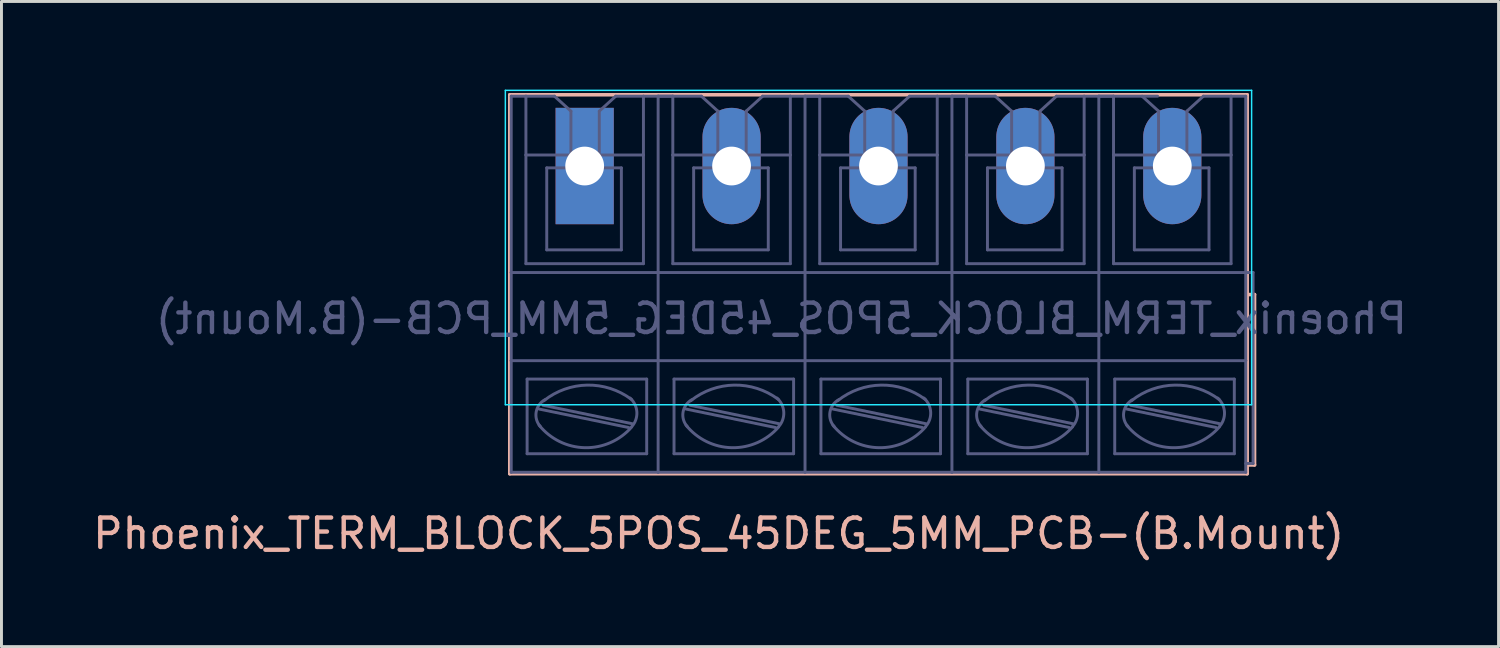
<source format=kicad_pcb>
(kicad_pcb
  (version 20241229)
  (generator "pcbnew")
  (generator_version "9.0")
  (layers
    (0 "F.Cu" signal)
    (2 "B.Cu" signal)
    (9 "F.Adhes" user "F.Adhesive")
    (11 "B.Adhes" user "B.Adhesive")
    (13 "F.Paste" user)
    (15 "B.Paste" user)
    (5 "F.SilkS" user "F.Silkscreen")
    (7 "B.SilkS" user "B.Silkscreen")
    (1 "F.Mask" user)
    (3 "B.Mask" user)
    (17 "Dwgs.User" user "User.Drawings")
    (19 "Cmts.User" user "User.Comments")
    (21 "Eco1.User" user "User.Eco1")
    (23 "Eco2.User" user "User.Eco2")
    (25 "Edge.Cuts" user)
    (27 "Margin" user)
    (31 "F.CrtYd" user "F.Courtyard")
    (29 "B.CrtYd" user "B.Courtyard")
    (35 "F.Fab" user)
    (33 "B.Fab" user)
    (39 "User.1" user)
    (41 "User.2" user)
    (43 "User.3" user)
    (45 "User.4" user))
  (footprint "Phoenix_TERM_BLOCK_5POS_45DEG_5MM_PCB-(B.Mount)"
    (layer "F.Cu")
    (at 16.85 2.489)
    (property "Reference" "Phoenix_TERM_BLOCK_5POS_45DEG_5MM_PCB-(B.Mount)" (at 4.561 12.621 0) (layer "B.SilkS") (effects (font (size 1 1) (thickness 0.15))))
    (attr through_hole)
    (fp_line (start -2.55 -2.314) (end -2.55 10.586) (stroke (width 0.12) (type solid)) (layer "B.SilkS"))
    (fp_line (start -2.55 10.586) (end 22.55 10.586) (stroke (width 0.12) (type solid)) (layer "B.SilkS"))
    (fp_line (start 22.55 -2.314) (end -2.55 -2.314) (stroke (width 0.12) (type solid)) (layer "B.SilkS"))
    (fp_line (start 22.55 4.486) (end 22.55 -2.314) (stroke (width 0.12) (type solid)) (layer "B.SilkS"))
    (fp_line (start 22.55 10.286) (end 22.55 4.486) (stroke (width 0.12) (type solid)) (layer "B.SilkS"))
    (fp_line (start 22.55 10.286) (end 22.8 10.286) (stroke (width 0.12) (type solid)) (layer "B.SilkS"))
    (fp_line (start 22.55 10.586) (end 22.55 10.286) (stroke (width 0.12) (type solid)) (layer "B.SilkS"))
    (fp_line (start 22.8 4.486) (end 22.55 4.486) (stroke (width 0.12) (type solid)) (layer "B.SilkS"))
    (fp_line (start 22.8 10.286) (end 22.8 4.486) (stroke (width 0.12) (type solid)) (layer "B.SilkS"))
    (fp_line (start -2.7 8.236) (end -2.7 -2.464) (stroke (width 0.05) (type solid)) (layer "B.CrtYd"))
    (fp_line (start -2.7 8.236) (end 22.7 8.236) (stroke (width 0.05) (type solid)) (layer "B.CrtYd"))
    (fp_line (start 22.7 -2.464) (end -2.7 -2.464) (stroke (width 0.05) (type solid)) (layer "B.CrtYd"))
    (fp_line (start 22.7 -2.464) (end 22.7 8.236) (stroke (width 0.05) (type solid)) (layer "B.CrtYd"))
    (fp_line (start -2.5 -2.264) (end -2.5 3.736) (stroke (width 0.1) (type solid)) (layer "B.Fab"))
    (fp_line (start -2.5 -2.264) (end -2 -2.264) (stroke (width 0.1) (type solid)) (layer "B.Fab"))
    (fp_line (start -2.5 3.736) (end -2.5 6.736) (stroke (width 0.1) (type solid)) (layer "B.Fab"))
    (fp_line (start -2.5 6.736) (end -2.5 10.536) (stroke (width 0.1) (type solid)) (layer "B.Fab"))
    (fp_line (start -2 -2.264) (end -1.027 -2.264) (stroke (width 0.1) (type solid)) (layer "B.Fab"))
    (fp_line (start -2 -0.264) (end -2 -2.264) (stroke (width 0.1) (type solid)) (layer "B.Fab"))
    (fp_line (start -2 3.436) (end -2 -0.264) (stroke (width 0.1) (type solid)) (layer "B.Fab"))
    (fp_line (start -1.959 7.364) (end -1.959 9.904) (stroke (width 0.1) (type solid)) (layer "B.Fab"))
    (fp_line (start -1.549 8.384) (end 1.501 9.014) (stroke (width 0.1) (type solid)) (layer "B.Fab"))
    (fp_line (start -1.419 8.254) (end 1.621 8.884) (stroke (width 0.1) (type solid)) (layer "B.Fab"))
    (fp_line (start -1.291 0.175) (end -1.291 2.965) (stroke (width 0.1) (type solid)) (layer "B.Fab"))
    (fp_line (start -1.291 0.175) (end 1.249 0.175) (stroke (width 0.1) (type solid)) (layer "B.Fab"))
    (fp_line (start -1.291 2.965) (end 1.249 2.965) (stroke (width 0.1) (type solid)) (layer "B.Fab"))
    (fp_line (start -1.027 -2.264) (end -0.468 -1.756) (stroke (width 0.1) (type solid)) (layer "B.Fab"))
    (fp_line (start -0.468 -1.756) (end -0.468 -0.282) (stroke (width 0.1) (type solid)) (layer "B.Fab"))
    (fp_line (start 0.497 -1.756) (end 0.497 -0.282) (stroke (width 0.1) (type solid)) (layer "B.Fab"))
    (fp_line (start 1.056 -2.264) (end 0.497 -1.756) (stroke (width 0.1) (type solid)) (layer "B.Fab"))
    (fp_line (start 1.249 0.175) (end 1.249 2.965) (stroke (width 0.1) (type solid)) (layer "B.Fab"))
    (fp_line (start 2 -2.264) (end 1.056 -2.264) (stroke (width 0.1) (type solid)) (layer "B.Fab"))
    (fp_line (start 2 -2.264) (end 2 -0.264) (stroke (width 0.1) (type solid)) (layer "B.Fab"))
    (fp_line (start 2 -2.264) (end 2.5 -2.264) (stroke (width 0.1) (type solid)) (layer "B.Fab"))
    (fp_line (start 2 -0.264) (end -2 -0.264) (stroke (width 0.1) (type solid)) (layer "B.Fab"))
    (fp_line (start 2 -0.264) (end 2 3.436) (stroke (width 0.1) (type solid)) (layer "B.Fab"))
    (fp_line (start 2 3.436) (end -2 3.436) (stroke (width 0.1) (type solid)) (layer "B.Fab"))
    (fp_line (start 2.111 7.364) (end -1.959 7.364) (stroke (width 0.1) (type solid)) (layer "B.Fab"))
    (fp_line (start 2.111 7.364) (end 2.111 9.904) (stroke (width 0.1) (type solid)) (layer "B.Fab"))
    (fp_line (start 2.111 9.904) (end -1.959 9.904) (stroke (width 0.1) (type solid)) (layer "B.Fab"))
    (fp_line (start 2.5 -2.264) (end 2.5 3.736) (stroke (width 0.1) (type solid)) (layer "B.Fab"))
    (fp_line (start 2.5 -2.264) (end 3 -2.264) (stroke (width 0.1) (type solid)) (layer "B.Fab"))
    (fp_line (start 2.5 -2.264) (end 3 -2.264) (stroke (width 0.1) (type solid)) (layer "B.Fab"))
    (fp_line (start 2.5 3.736) (end -2.5 3.736) (stroke (width 0.1) (type solid)) (layer "B.Fab"))
    (fp_line (start 2.5 3.736) (end 2.5 6.736) (stroke (width 0.1) (type solid)) (layer "B.Fab"))
    (fp_line (start 2.5 6.736) (end -2.5 6.736) (stroke (width 0.1) (type solid)) (layer "B.Fab"))
    (fp_line (start 2.5 6.736) (end 2.5 10.536) (stroke (width 0.1) (type solid)) (layer "B.Fab"))
    (fp_line (start 2.5 10.536) (end -2.5 10.536) (stroke (width 0.1) (type solid)) (layer "B.Fab"))
    (fp_line (start 3 -2.264) (end 3.973 -2.264) (stroke (width 0.1) (type solid)) (layer "B.Fab"))
    (fp_line (start 3 -0.264) (end 3 -2.264) (stroke (width 0.1) (type solid)) (layer "B.Fab"))
    (fp_line (start 3 3.436) (end 3 -0.264) (stroke (width 0.1) (type solid)) (layer "B.Fab"))
    (fp_line (start 3.041 7.364) (end 3.041 9.904) (stroke (width 0.1) (type solid)) (layer "B.Fab"))
    (fp_line (start 3.451 8.384) (end 6.501 9.014) (stroke (width 0.1) (type solid)) (layer "B.Fab"))
    (fp_line (start 3.581 8.254) (end 6.621 8.884) (stroke (width 0.1) (type solid)) (layer "B.Fab"))
    (fp_line (start 3.709 0.175) (end 3.709 2.965) (stroke (width 0.1) (type solid)) (layer "B.Fab"))
    (fp_line (start 3.709 0.175) (end 6.249 0.175) (stroke (width 0.1) (type solid)) (layer "B.Fab"))
    (fp_line (start 3.709 2.965) (end 6.249 2.965) (stroke (width 0.1) (type solid)) (layer "B.Fab"))
    (fp_line (start 3.973 -2.264) (end 4.532 -1.756) (stroke (width 0.1) (type solid)) (layer "B.Fab"))
    (fp_line (start 4.532 -1.756) (end 4.532 -0.282) (stroke (width 0.1) (type solid)) (layer "B.Fab"))
    (fp_line (start 5.497 -1.756) (end 5.497 -0.282) (stroke (width 0.1) (type solid)) (layer "B.Fab"))
    (fp_line (start 6.056 -2.264) (end 5.497 -1.756) (stroke (width 0.1) (type solid)) (layer "B.Fab"))
    (fp_line (start 6.249 0.175) (end 6.249 2.965) (stroke (width 0.1) (type solid)) (layer "B.Fab"))
    (fp_line (start 7 -2.264) (end 6.056 -2.264) (stroke (width 0.1) (type solid)) (layer "B.Fab"))
    (fp_line (start 7 -2.264) (end 7 -0.264) (stroke (width 0.1) (type solid)) (layer "B.Fab"))
    (fp_line (start 7 -2.264) (end 7.5 -2.264) (stroke (width 0.1) (type solid)) (layer "B.Fab"))
    (fp_line (start 7 -0.264) (end 3 -0.264) (stroke (width 0.1) (type solid)) (layer "B.Fab"))
    (fp_line (start 7 -0.264) (end 7 3.436) (stroke (width 0.1) (type solid)) (layer "B.Fab"))
    (fp_line (start 7 3.436) (end 3 3.436) (stroke (width 0.1) (type solid)) (layer "B.Fab"))
    (fp_line (start 7.111 7.364) (end 3.041 7.364) (stroke (width 0.1) (type solid)) (layer "B.Fab"))
    (fp_line (start 7.111 7.364) (end 7.111 9.904) (stroke (width 0.1) (type solid)) (layer "B.Fab"))
    (fp_line (start 7.111 9.904) (end 3.041 9.904) (stroke (width 0.1) (type solid)) (layer "B.Fab"))
    (fp_line (start 7.5 -2.264) (end 7.5 3.736) (stroke (width 0.1) (type solid)) (layer "B.Fab"))
    (fp_line (start 7.5 -2.264) (end 8 -2.264) (stroke (width 0.1) (type solid)) (layer "B.Fab"))
    (fp_line (start 7.5 -2.264) (end 8 -2.264) (stroke (width 0.1) (type solid)) (layer "B.Fab"))
    (fp_line (start 7.5 3.736) (end 2.5 3.736) (stroke (width 0.1) (type solid)) (layer "B.Fab"))
    (fp_line (start 7.5 3.736) (end 7.5 6.736) (stroke (width 0.1) (type solid)) (layer "B.Fab"))
    (fp_line (start 7.5 6.736) (end 2.5 6.736) (stroke (width 0.1) (type solid)) (layer "B.Fab"))
    (fp_line (start 7.5 6.736) (end 7.5 10.536) (stroke (width 0.1) (type solid)) (layer "B.Fab"))
    (fp_line (start 7.5 10.536) (end 2.5 10.536) (stroke (width 0.1) (type solid)) (layer "B.Fab"))
    (fp_line (start 8 -2.264) (end 8.973 -2.264) (stroke (width 0.1) (type solid)) (layer "B.Fab"))
    (fp_line (start 8 -0.264) (end 8 -2.264) (stroke (width 0.1) (type solid)) (layer "B.Fab"))
    (fp_line (start 8 3.436) (end 8 -0.264) (stroke (width 0.1) (type solid)) (layer "B.Fab"))
    (fp_line (start 8.041 7.364) (end 8.041 9.904) (stroke (width 0.1) (type solid)) (layer "B.Fab"))
    (fp_line (start 8.451 8.384) (end 11.501 9.014) (stroke (width 0.1) (type solid)) (layer "B.Fab"))
    (fp_line (start 8.581 8.254) (end 11.621 8.884) (stroke (width 0.1) (type solid)) (layer "B.Fab"))
    (fp_line (start 8.709 0.175) (end 8.709 2.965) (stroke (width 0.1) (type solid)) (layer "B.Fab"))
    (fp_line (start 8.709 0.175) (end 11.249 0.175) (stroke (width 0.1) (type solid)) (layer "B.Fab"))
    (fp_line (start 8.709 2.965) (end 11.249 2.965) (stroke (width 0.1) (type solid)) (layer "B.Fab"))
    (fp_line (start 8.973 -2.264) (end 9.532 -1.756) (stroke (width 0.1) (type solid)) (layer "B.Fab"))
    (fp_line (start 9.532 -1.756) (end 9.532 -0.282) (stroke (width 0.1) (type solid)) (layer "B.Fab"))
    (fp_line (start 10.497 -1.756) (end 10.497 -0.282) (stroke (width 0.1) (type solid)) (layer "B.Fab"))
    (fp_line (start 11.056 -2.264) (end 10.497 -1.756) (stroke (width 0.1) (type solid)) (layer "B.Fab"))
    (fp_line (start 11.249 0.175) (end 11.249 2.965) (stroke (width 0.1) (type solid)) (layer "B.Fab"))
    (fp_line (start 12 -2.264) (end 11.056 -2.264) (stroke (width 0.1) (type solid)) (layer "B.Fab"))
    (fp_line (start 12 -2.264) (end 12 -0.264) (stroke (width 0.1) (type solid)) (layer "B.Fab"))
    (fp_line (start 12 -2.264) (end 12.5 -2.264) (stroke (width 0.1) (type solid)) (layer "B.Fab"))
    (fp_line (start 12 -0.264) (end 8 -0.264) (stroke (width 0.1) (type solid)) (layer "B.Fab"))
    (fp_line (start 12 -0.264) (end 12 3.436) (stroke (width 0.1) (type solid)) (layer "B.Fab"))
    (fp_line (start 12 3.436) (end 8 3.436) (stroke (width 0.1) (type solid)) (layer "B.Fab"))
    (fp_line (start 12.111 7.364) (end 8.041 7.364) (stroke (width 0.1) (type solid)) (layer "B.Fab"))
    (fp_line (start 12.111 7.364) (end 12.111 9.904) (stroke (width 0.1) (type solid)) (layer "B.Fab"))
    (fp_line (start 12.111 9.904) (end 8.041 9.904) (stroke (width 0.1) (type solid)) (layer "B.Fab"))
    (fp_line (start 12.5 -2.264) (end 12.5 3.736) (stroke (width 0.1) (type solid)) (layer "B.Fab"))
    (fp_line (start 12.5 -2.264) (end 13 -2.264) (stroke (width 0.1) (type solid)) (layer "B.Fab"))
    (fp_line (start 12.5 -2.264) (end 13 -2.264) (stroke (width 0.1) (type solid)) (layer "B.Fab"))
    (fp_line (start 12.5 3.736) (end 7.5 3.736) (stroke (width 0.1) (type solid)) (layer "B.Fab"))
    (fp_line (start 12.5 3.736) (end 12.5 6.736) (stroke (width 0.1) (type solid)) (layer "B.Fab"))
    (fp_line (start 12.5 6.736) (end 7.5 6.736) (stroke (width 0.1) (type solid)) (layer "B.Fab"))
    (fp_line (start 12.5 6.736) (end 12.5 10.536) (stroke (width 0.1) (type solid)) (layer "B.Fab"))
    (fp_line (start 12.5 10.536) (end 7.5 10.536) (stroke (width 0.1) (type solid)) (layer "B.Fab"))
    (fp_line (start 13 -2.264) (end 13.973 -2.264) (stroke (width 0.1) (type solid)) (layer "B.Fab"))
    (fp_line (start 13 -0.264) (end 13 -2.264) (stroke (width 0.1) (type solid)) (layer "B.Fab"))
    (fp_line (start 13 3.436) (end 13 -0.264) (stroke (width 0.1) (type solid)) (layer "B.Fab"))
    (fp_line (start 13.041 7.364) (end 13.041 9.904) (stroke (width 0.1) (type solid)) (layer "B.Fab"))
    (fp_line (start 13.451 8.384) (end 16.501 9.014) (stroke (width 0.1) (type solid)) (layer "B.Fab"))
    (fp_line (start 13.581 8.254) (end 16.621 8.884) (stroke (width 0.1) (type solid)) (layer "B.Fab"))
    (fp_line (start 13.709 0.175) (end 13.709 2.965) (stroke (width 0.1) (type solid)) (layer "B.Fab"))
    (fp_line (start 13.709 0.175) (end 16.249 0.175) (stroke (width 0.1) (type solid)) (layer "B.Fab"))
    (fp_line (start 13.709 2.965) (end 16.249 2.965) (stroke (width 0.1) (type solid)) (layer "B.Fab"))
    (fp_line (start 13.973 -2.264) (end 14.532 -1.756) (stroke (width 0.1) (type solid)) (layer "B.Fab"))
    (fp_line (start 14.532 -1.756) (end 14.532 -0.282) (stroke (width 0.1) (type solid)) (layer "B.Fab"))
    (fp_line (start 15.497 -1.756) (end 15.497 -0.282) (stroke (width 0.1) (type solid)) (layer "B.Fab"))
    (fp_line (start 16.056 -2.264) (end 15.497 -1.756) (stroke (width 0.1) (type solid)) (layer "B.Fab"))
    (fp_line (start 16.249 0.175) (end 16.249 2.965) (stroke (width 0.1) (type solid)) (layer "B.Fab"))
    (fp_line (start 17 -2.264) (end 16.056 -2.264) (stroke (width 0.1) (type solid)) (layer "B.Fab"))
    (fp_line (start 17 -2.264) (end 17 -0.264) (stroke (width 0.1) (type solid)) (layer "B.Fab"))
    (fp_line (start 17 -2.264) (end 17.5 -2.264) (stroke (width 0.1) (type solid)) (layer "B.Fab"))
    (fp_line (start 17 -0.264) (end 13 -0.264) (stroke (width 0.1) (type solid)) (layer "B.Fab"))
    (fp_line (start 17 -0.264) (end 17 3.436) (stroke (width 0.1) (type solid)) (layer "B.Fab"))
    (fp_line (start 17 3.436) (end 13 3.436) (stroke (width 0.1) (type solid)) (layer "B.Fab"))
    (fp_line (start 17.111 7.364) (end 13.041 7.364) (stroke (width 0.1) (type solid)) (layer "B.Fab"))
    (fp_line (start 17.111 7.364) (end 17.111 9.904) (stroke (width 0.1) (type solid)) (layer "B.Fab"))
    (fp_line (start 17.111 9.904) (end 13.041 9.904) (stroke (width 0.1) (type solid)) (layer "B.Fab"))
    (fp_line (start 17.5 -2.264) (end 17.5 3.736) (stroke (width 0.1) (type solid)) (layer "B.Fab"))
    (fp_line (start 17.5 -2.264) (end 18 -2.264) (stroke (width 0.1) (type solid)) (layer "B.Fab"))
    (fp_line (start 17.5 -2.264) (end 18 -2.264) (stroke (width 0.1) (type solid)) (layer "B.Fab"))
    (fp_line (start 17.5 3.736) (end 12.5 3.736) (stroke (width 0.1) (type solid)) (layer "B.Fab"))
    (fp_line (start 17.5 3.736) (end 17.5 6.736) (stroke (width 0.1) (type solid)) (layer "B.Fab"))
    (fp_line (start 17.5 6.736) (end 12.5 6.736) (stroke (width 0.1) (type solid)) (layer "B.Fab"))
    (fp_line (start 17.5 6.736) (end 17.5 10.536) (stroke (width 0.1) (type solid)) (layer "B.Fab"))
    (fp_line (start 17.5 10.536) (end 12.5 10.536) (stroke (width 0.1) (type solid)) (layer "B.Fab"))
    (fp_line (start 18 -2.264) (end 18.973 -2.264) (stroke (width 0.1) (type solid)) (layer "B.Fab"))
    (fp_line (start 18 -0.264) (end 18 -2.264) (stroke (width 0.1) (type solid)) (layer "B.Fab"))
    (fp_line (start 18 3.436) (end 18 -0.264) (stroke (width 0.1) (type solid)) (layer "B.Fab"))
    (fp_line (start 18.041 7.364) (end 18.041 9.904) (stroke (width 0.1) (type solid)) (layer "B.Fab"))
    (fp_line (start 18.451 8.384) (end 21.501 9.014) (stroke (width 0.1) (type solid)) (layer "B.Fab"))
    (fp_line (start 18.581 8.254) (end 21.621 8.884) (stroke (width 0.1) (type solid)) (layer "B.Fab"))
    (fp_line (start 18.709 0.175) (end 18.709 2.965) (stroke (width 0.1) (type solid)) (layer "B.Fab"))
    (fp_line (start 18.709 0.175) (end 21.249 0.175) (stroke (width 0.1) (type solid)) (layer "B.Fab"))
    (fp_line (start 18.709 2.965) (end 21.249 2.965) (stroke (width 0.1) (type solid)) (layer "B.Fab"))
    (fp_line (start 18.973 -2.264) (end 19.532 -1.756) (stroke (width 0.1) (type solid)) (layer "B.Fab"))
    (fp_line (start 19 -2.264) (end 19.5 -2.264) (stroke (width 0.1) (type solid)) (layer "B.Fab"))
    (fp_line (start 19.532 -1.756) (end 19.532 -0.282) (stroke (width 0.1) (type solid)) (layer "B.Fab"))
    (fp_line (start 20.497 -1.756) (end 20.497 -0.282) (stroke (width 0.1) (type solid)) (layer "B.Fab"))
    (fp_line (start 21.056 -2.264) (end 20.497 -1.756) (stroke (width 0.1) (type solid)) (layer "B.Fab"))
    (fp_line (start 21.249 0.175) (end 21.249 2.965) (stroke (width 0.1) (type solid)) (layer "B.Fab"))
    (fp_line (start 22 -2.264) (end 21.056 -2.264) (stroke (width 0.1) (type solid)) (layer "B.Fab"))
    (fp_line (start 22 -2.264) (end 22 -0.264) (stroke (width 0.1) (type solid)) (layer "B.Fab"))
    (fp_line (start 22 -2.264) (end 22.5 -2.264) (stroke (width 0.1) (type solid)) (layer "B.Fab"))
    (fp_line (start 22 -0.264) (end 18 -0.264) (stroke (width 0.1) (type solid)) (layer "B.Fab"))
    (fp_line (start 22 -0.264) (end 22 3.436) (stroke (width 0.1) (type solid)) (layer "B.Fab"))
    (fp_line (start 22 3.436) (end 18 3.436) (stroke (width 0.1) (type solid)) (layer "B.Fab"))
    (fp_line (start 22.111 7.364) (end 18.041 7.364) (stroke (width 0.1) (type solid)) (layer "B.Fab"))
    (fp_line (start 22.111 7.364) (end 22.111 9.904) (stroke (width 0.1) (type solid)) (layer "B.Fab"))
    (fp_line (start 22.111 9.904) (end 18.041 9.904) (stroke (width 0.1) (type solid)) (layer "B.Fab"))
    (fp_line (start 22.5 3.736) (end 17.5 3.736) (stroke (width 0.1) (type solid)) (layer "B.Fab"))
    (fp_line (start 22.5 3.736) (end 22.5 -2.264) (stroke (width 0.1) (type solid)) (layer "B.Fab"))
    (fp_line (start 22.5 3.736) (end 22.5 6.736) (stroke (width 0.1) (type solid)) (layer "B.Fab"))
    (fp_line (start 22.5 6.736) (end 17.5 6.736) (stroke (width 0.1) (type solid)) (layer "B.Fab"))
    (fp_line (start 22.5 6.736) (end 22.5 10.536) (stroke (width 0.1) (type solid)) (layer "B.Fab"))
    (fp_line (start 22.5 10.536) (end 17.5 10.536) (stroke (width 0.1) (type solid)) (layer "B.Fab"))
    (fp_line (start 22.75 3.736) (end 22.5 3.736) (stroke (width 0.1) (type solid)) (layer "B.Fab"))
    (fp_line (start 22.75 10.236) (end 22.5 10.236) (stroke (width 0.1) (type solid)) (layer "B.Fab"))
    (fp_line (start 22.75 10.236) (end 22.75 3.736) (stroke (width 0.1) (type solid)) (layer "B.Fab"))
    (fp_arc (start -1.504626 8.983005) (mid -1.651524 8.485515) (end -1.3492 8.064) (stroke (width 0.1) (type solid)) (layer "B.Fab"))
    (fp_arc (start -1.391533 8.102263) (mid 0.091383 7.568318) (end 1.5908 8.054) (stroke (width 0.1) (type solid)) (layer "B.Fab"))
    (fp_arc (start 1.546332 8.010005) (mid 1.776533 8.485652) (end 1.6008 8.984) (stroke (width 0.1) (type solid)) (layer "B.Fab"))
    (fp_arc (start 1.599039 8.995686) (mid 0.010537 9.698867) (end -1.5492 8.934) (stroke (width 0.1) (type solid)) (layer "B.Fab"))
    (fp_arc (start 3.495374 8.983005) (mid 3.348476 8.485515) (end 3.6508 8.064) (stroke (width 0.1) (type solid)) (layer "B.Fab"))
    (fp_arc (start 3.608467 8.102263) (mid 5.091383 7.568318) (end 6.5908 8.054) (stroke (width 0.1) (type solid)) (layer "B.Fab"))
    (fp_arc (start 6.546332 8.010005) (mid 6.776533 8.485652) (end 6.6008 8.984) (stroke (width 0.1) (type solid)) (layer "B.Fab"))
    (fp_arc (start 6.599039 8.995686) (mid 5.010537 9.698867) (end 3.4508 8.934) (stroke (width 0.1) (type solid)) (layer "B.Fab"))
    (fp_arc (start 8.495374 8.983005) (mid 8.348476 8.485515) (end 8.6508 8.064) (stroke (width 0.1) (type solid)) (layer "B.Fab"))
    (fp_arc (start 8.608467 8.102263) (mid 10.091383 7.568318) (end 11.5908 8.054) (stroke (width 0.1) (type solid)) (layer "B.Fab"))
    (fp_arc (start 11.546332 8.010005) (mid 11.776533 8.485652) (end 11.6008 8.984) (stroke (width 0.1) (type solid)) (layer "B.Fab"))
    (fp_arc (start 11.599039 8.995686) (mid 10.010537 9.698867) (end 8.4508 8.934) (stroke (width 0.1) (type solid)) (layer "B.Fab"))
    (fp_arc (start 13.495374 8.983005) (mid 13.348476 8.485515) (end 13.6508 8.064) (stroke (width 0.1) (type solid)) (layer "B.Fab"))
    (fp_arc (start 13.608467 8.102263) (mid 15.091383 7.568318) (end 16.5908 8.054) (stroke (width 0.1) (type solid)) (layer "B.Fab"))
    (fp_arc (start 16.546332 8.010005) (mid 16.776533 8.485652) (end 16.6008 8.984) (stroke (width 0.1) (type solid)) (layer "B.Fab"))
    (fp_arc (start 16.599039 8.995686) (mid 15.010537 9.698867) (end 13.4508 8.934) (stroke (width 0.1) (type solid)) (layer "B.Fab"))
    (fp_arc (start 18.495374 8.983005) (mid 18.348476 8.485515) (end 18.6508 8.064) (stroke (width 0.1) (type solid)) (layer "B.Fab"))
    (fp_arc (start 18.608467 8.102263) (mid 20.091383 7.568318) (end 21.5908 8.054) (stroke (width 0.1) (type solid)) (layer "B.Fab"))
    (fp_arc (start 21.546332 8.010005) (mid 21.776533 8.485652) (end 21.6008 8.984) (stroke (width 0.1) (type solid)) (layer "B.Fab"))
    (fp_arc (start 21.599039 8.995686) (mid 20.010537 9.698867) (end 18.4508 8.934) (stroke (width 0.1) (type solid)) (layer "B.Fab"))
    (fp_text user "${REFERENCE}" (at 6.695 5.306 0) (layer "B.Fab") (effects (font (size 1 1) (thickness 0.15)) (justify mirror)))
    (pad "1" thru_hole rect (at 0 0.112) (size 1.98 3.96) (drill 1.32) (layers "*.Cu" "*.Mask" "F.Paste"))
    (pad "2" thru_hole oval (at 5 0.112) (size 1.98 3.96) (drill 1.32) (layers "*.Cu" "*.Mask" "F.Paste"))
    (pad "3" thru_hole oval (at 10 0.112) (size 1.98 3.96) (drill 1.32) (layers "*.Cu" "*.Mask" "F.Paste"))
    (pad "4" thru_hole oval (at 15 0.112) (size 1.98 3.96) (drill 1.32) (layers "*.Cu" "*.Mask" "F.Paste"))
    (pad "5" thru_hole oval (at 20 0.112) (size 1.98 3.96) (drill 1.32) (layers "*.Cu" "*.Mask" "F.Paste")))
  (gr_rect
    (start -3 -3)
    (end 47.955 18.958)
    (stroke (width 0.1) (type default))
    (fill no)
    (layer "Edge.Cuts")))
</source>
